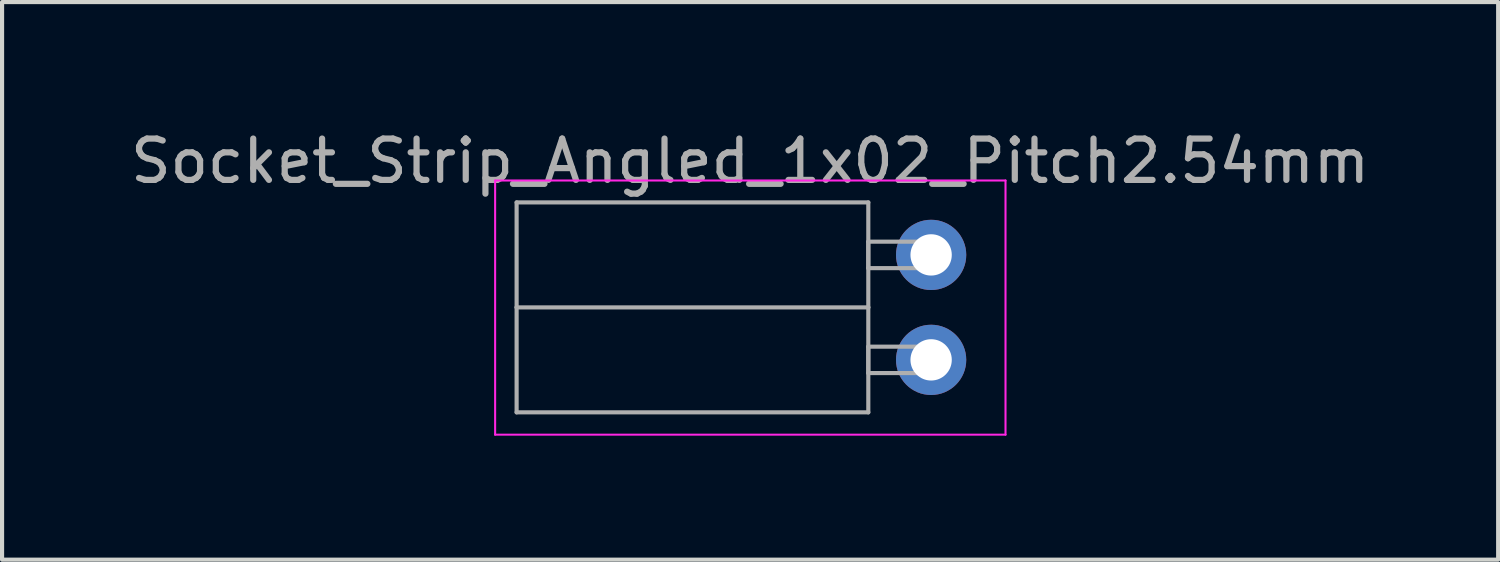
<source format=kicad_pcb>
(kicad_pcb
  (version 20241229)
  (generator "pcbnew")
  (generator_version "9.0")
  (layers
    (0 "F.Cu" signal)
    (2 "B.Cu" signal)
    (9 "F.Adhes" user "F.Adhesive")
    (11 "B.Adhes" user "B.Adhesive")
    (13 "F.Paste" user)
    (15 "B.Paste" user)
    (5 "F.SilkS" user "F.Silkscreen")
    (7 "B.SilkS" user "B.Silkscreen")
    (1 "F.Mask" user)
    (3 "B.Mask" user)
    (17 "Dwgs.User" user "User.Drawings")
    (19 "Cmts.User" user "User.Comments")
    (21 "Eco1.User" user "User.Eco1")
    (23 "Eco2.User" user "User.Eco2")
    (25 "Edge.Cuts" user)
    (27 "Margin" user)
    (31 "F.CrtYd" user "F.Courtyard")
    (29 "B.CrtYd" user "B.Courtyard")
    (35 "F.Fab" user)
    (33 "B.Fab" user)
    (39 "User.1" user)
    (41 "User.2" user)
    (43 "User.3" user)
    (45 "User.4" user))
  (footprint "Socket_Strip_Angled_1x02_Pitch2.54mm"
    (layer "F.Cu")
    (at 19.481 3.118)
    (property "Reference" "Socket_Strip_Angled_1x02_Pitch2.54mm" (at -4.38 -2.27 0) (layer "Eco2.User") (effects (font (size 1 1) (thickness 0.15))))
    (attr through_hole)
    (fp_line (start -10.55 -1.8) (end 1.8 -1.8) (stroke (width 0.05) (type solid)) (layer "F.CrtYd"))
    (fp_line (start -10.55 4.35) (end -10.55 -1.8) (stroke (width 0.05) (type solid)) (layer "F.CrtYd"))
    (fp_line (start 1.8 -1.8) (end 1.8 4.35) (stroke (width 0.05) (type solid)) (layer "F.CrtYd"))
    (fp_line (start 1.8 4.35) (end -10.55 4.35) (stroke (width 0.05) (type solid)) (layer "F.CrtYd"))
    (fp_line (start -10.03 -1.27) (end -1.52 -1.27) (stroke (width 0.1) (type solid)) (layer "F.Fab"))
    (fp_line (start -10.03 1.27) (end -10.03 -1.27) (stroke (width 0.1) (type solid)) (layer "F.Fab"))
    (fp_line (start -10.03 1.27) (end -1.52 1.27) (stroke (width 0.1) (type solid)) (layer "F.Fab"))
    (fp_line (start -10.03 3.81) (end -10.03 1.27) (stroke (width 0.1) (type solid)) (layer "F.Fab"))
    (fp_line (start -1.52 -1.27) (end -1.52 1.27) (stroke (width 0.1) (type solid)) (layer "F.Fab"))
    (fp_line (start -1.52 -0.32) (end 0 -0.32) (stroke (width 0.1) (type solid)) (layer "F.Fab"))
    (fp_line (start -1.52 0.32) (end -1.52 -0.32) (stroke (width 0.1) (type solid)) (layer "F.Fab"))
    (fp_line (start -1.52 1.27) (end -1.52 3.81) (stroke (width 0.1) (type solid)) (layer "F.Fab"))
    (fp_line (start -1.52 2.22) (end 0 2.22) (stroke (width 0.1) (type solid)) (layer "F.Fab"))
    (fp_line (start -1.52 2.86) (end -1.52 2.22) (stroke (width 0.1) (type solid)) (layer "F.Fab"))
    (fp_line (start -1.52 3.81) (end -10.03 3.81) (stroke (width 0.1) (type solid)) (layer "F.Fab"))
    (fp_line (start 0 -0.32) (end 0 0.32) (stroke (width 0.1) (type solid)) (layer "F.Fab"))
    (fp_line (start 0 0.32) (end -1.52 0.32) (stroke (width 0.1) (type solid)) (layer "F.Fab"))
    (fp_line (start 0 2.22) (end 0 2.86) (stroke (width 0.1) (type solid)) (layer "F.Fab"))
    (fp_line (start 0 2.86) (end -1.52 2.86) (stroke (width 0.1) (type solid)) (layer "F.Fab"))
    (fp_text user "${REFERENCE}" (at -4.38 -2.27 0) (layer "F.Fab") (effects (font (size 1 1) (thickness 0.15))))
    (pad "1" thru_hole circle (at 0 0) (size 1.7 1.7) (drill 1) (layers "*.Cu" "*.Mask"))
    (pad "2" thru_hole oval (at 0 2.54) (size 1.7 1.7) (drill 1) (layers "*.Cu" "*.Mask")))
  (gr_rect
    (start -3 -3)
    (end 33.202 10.493)
    (stroke (width 0.1) (type default))
    (fill no)
    (layer "Edge.Cuts")))
</source>
